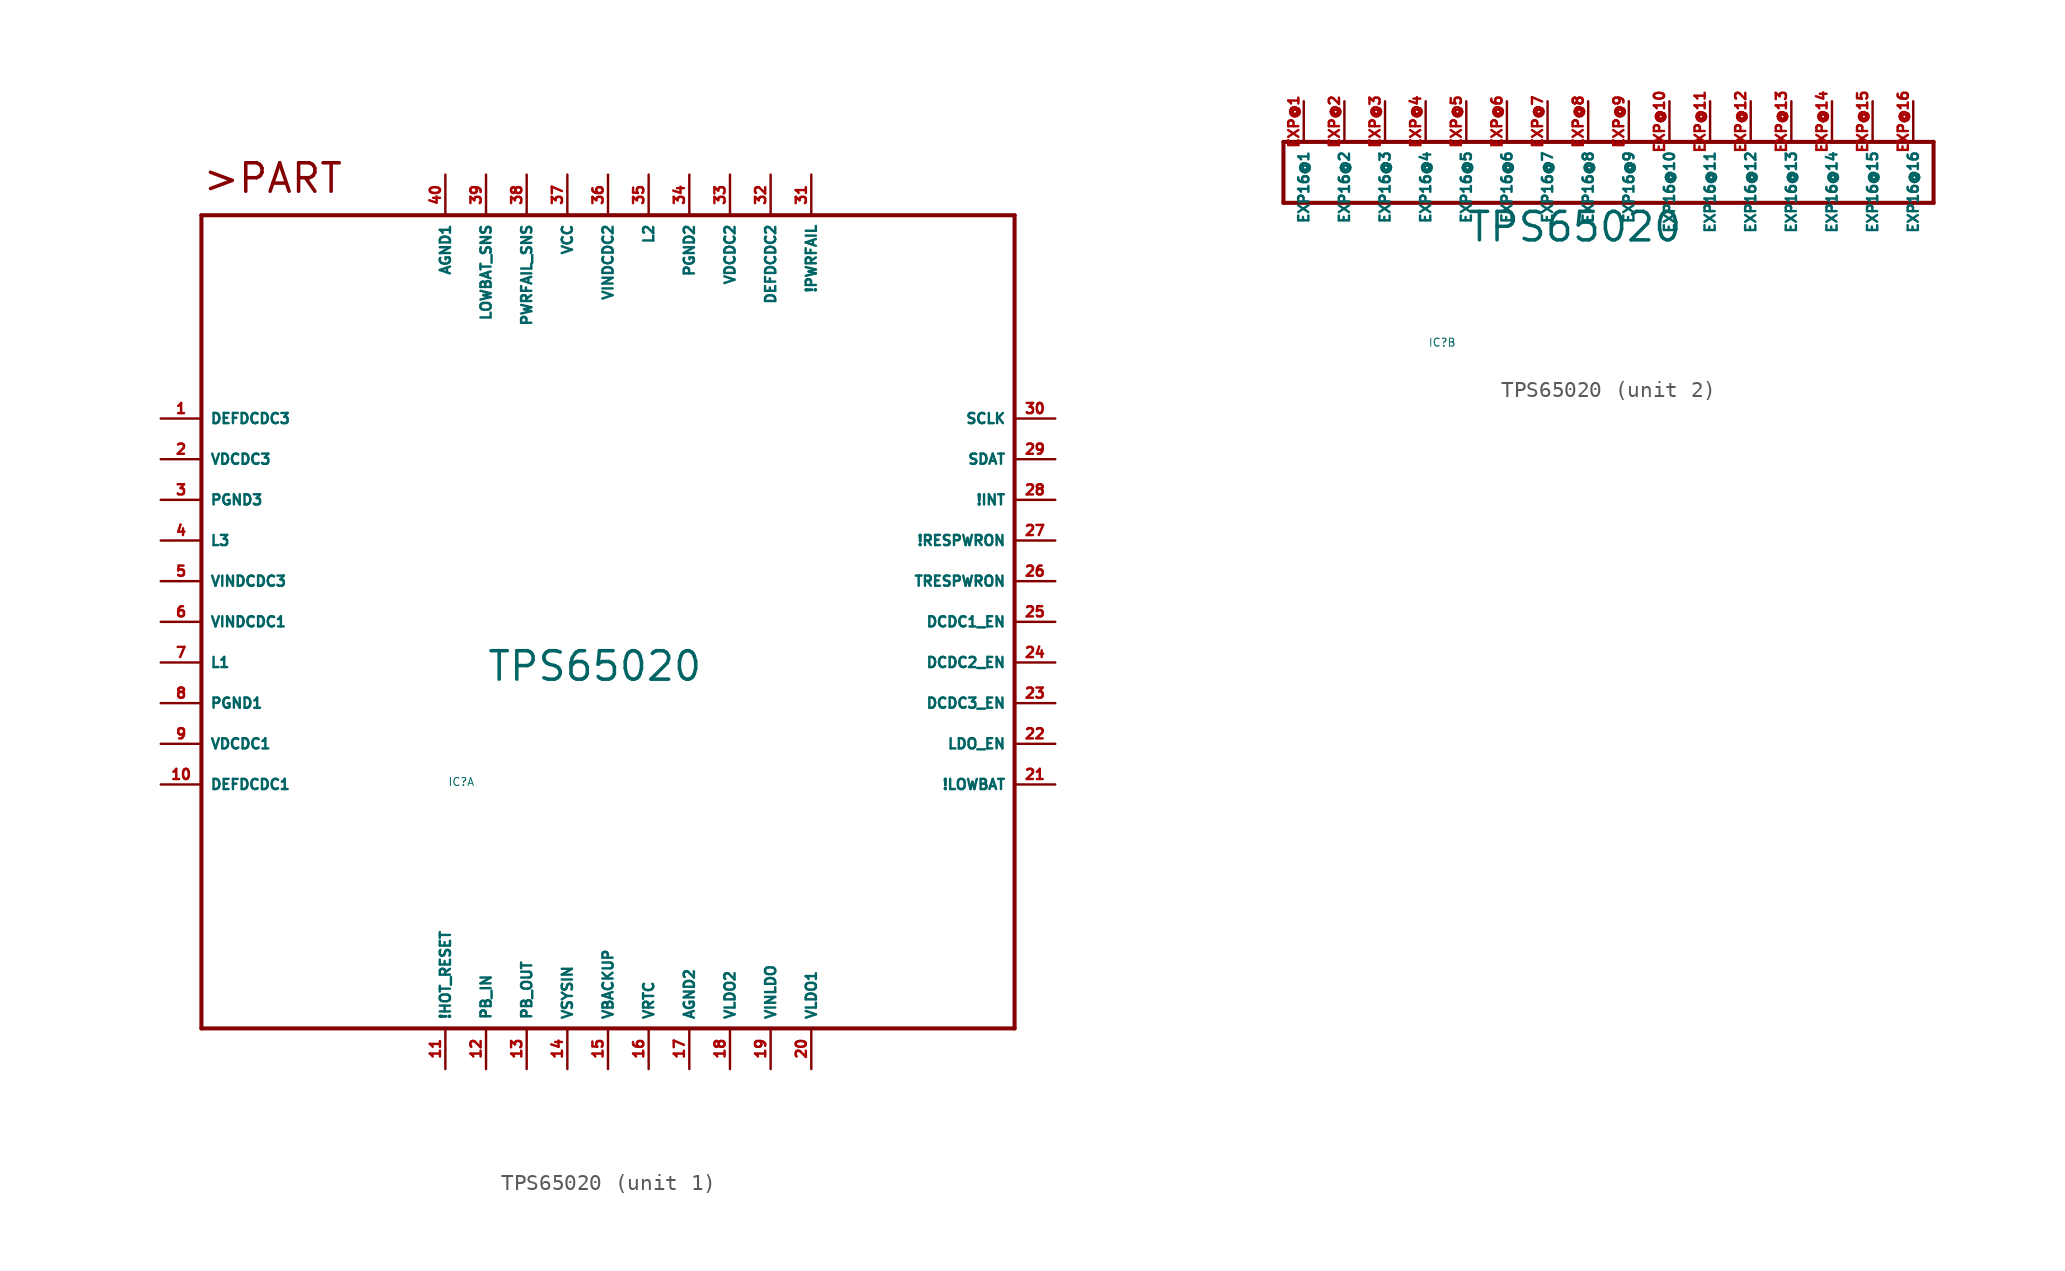
<source format=kicad_sym>
(kicad_symbol_lib
  (version 20220914)
  (generator Eagle2Kicad)
  (symbol "TPS65020"
    (property "Reference" "IC"
      (at -10 -10 0)
      (effects (font (size 0.5 0.5) (thickness 0.06)) (justify left)))
    (property "Value" "TPS65020"
      (at -7.62 -3.81 0)
      (effects (font (size 1.778 1.778) (thickness 0.22)) (justify left bottom)))
    (symbol "TPS65020_1_0"
      (polyline (pts (xy -25.4 25.4) (xy 25.4 25.4)) (stroke (width 0.254) (type default)) (fill (type none)))
      (polyline (pts (xy 25.4 25.4) (xy 25.4 -25.4)) (stroke (width 0.254) (type default)) (fill (type none)))
      (polyline (pts (xy 25.4 -25.4) (xy -25.4 -25.4)) (stroke (width 0.254) (type default)) (fill (type none)))
      (polyline (pts (xy -25.4 -25.4) (xy -25.4 25.4)) (stroke (width 0.254) (type default)) (fill (type none)))
      (text ">PART" (at -25.4 26.67 0) (effects (font (size 1.778 1.778) (thickness 0.22)) (justify left bottom)))
      (pin input line (at -27.94 12.7 0) (length 2.54) (name "DEFDCDC3" (effects (font (size 0.635 0.635) (thickness 0.08)) (justify left bottom))) (number "1" (effects (font (size 0.635 0.635) (thickness 0.08)) (justify left bottom))))
      (pin input line (at -27.94 10.16 0) (length 2.54) (name "VDCDC3" (effects (font (size 0.635 0.635) (thickness 0.08)) (justify left bottom))) (number "2" (effects (font (size 0.635 0.635) (thickness 0.08)) (justify left bottom))))
      (pin input line (at -27.94 7.62 0) (length 2.54) (name "PGND3" (effects (font (size 0.635 0.635) (thickness 0.08)) (justify left bottom))) (number "3" (effects (font (size 0.635 0.635) (thickness 0.08)) (justify left bottom))))
      (pin passive line (at -27.94 5.08 0) (length 2.54) (name "L3" (effects (font (size 0.635 0.635) (thickness 0.08)) (justify left bottom))) (number "4" (effects (font (size 0.635 0.635) (thickness 0.08)) (justify left bottom))))
      (pin input line (at -27.94 2.54 0) (length 2.54) (name "VINDCDC3" (effects (font (size 0.635 0.635) (thickness 0.08)) (justify left bottom))) (number "5" (effects (font (size 0.635 0.635) (thickness 0.08)) (justify left bottom))))
      (pin input line (at -27.94 0 0) (length 2.54) (name "VINDCDC1" (effects (font (size 0.635 0.635) (thickness 0.08)) (justify left bottom))) (number "6" (effects (font (size 0.635 0.635) (thickness 0.08)) (justify left bottom))))
      (pin passive line (at -27.94 -2.54 0) (length 2.54) (name "L1" (effects (font (size 0.635 0.635) (thickness 0.08)) (justify left bottom))) (number "7" (effects (font (size 0.635 0.635) (thickness 0.08)) (justify left bottom))))
      (pin input line (at -27.94 -5.08 0) (length 2.54) (name "PGND1" (effects (font (size 0.635 0.635) (thickness 0.08)) (justify left bottom))) (number "8" (effects (font (size 0.635 0.635) (thickness 0.08)) (justify left bottom))))
      (pin input line (at -27.94 -7.62 0) (length 2.54) (name "VDCDC1" (effects (font (size 0.635 0.635) (thickness 0.08)) (justify left bottom))) (number "9" (effects (font (size 0.635 0.635) (thickness 0.08)) (justify left bottom))))
      (pin input line (at -27.94 -10.16 0) (length 2.54) (name "DEFDCDC1" (effects (font (size 0.635 0.635) (thickness 0.08)) (justify left bottom))) (number "10" (effects (font (size 0.635 0.635) (thickness 0.08)) (justify left bottom))))
      (pin input line (at -10.16 -27.94 90) (length 2.54) (name "!HOT_RESET" (effects (font (size 0.635 0.635) (thickness 0.08)) (justify left bottom))) (number "11" (effects (font (size 0.635 0.635) (thickness 0.08)) (justify left bottom))))
      (pin input line (at -7.62 -27.94 90) (length 2.54) (name "PB_IN" (effects (font (size 0.635 0.635) (thickness 0.08)) (justify left bottom))) (number "12" (effects (font (size 0.635 0.635) (thickness 0.08)) (justify left bottom))))
      (pin input line (at -5.08 -27.94 90) (length 2.54) (name "PB_OUT" (effects (font (size 0.635 0.635) (thickness 0.08)) (justify left bottom))) (number "13" (effects (font (size 0.635 0.635) (thickness 0.08)) (justify left bottom))))
      (pin input line (at -2.54 -27.94 90) (length 2.54) (name "VSYSIN" (effects (font (size 0.635 0.635) (thickness 0.08)) (justify left bottom))) (number "14" (effects (font (size 0.635 0.635) (thickness 0.08)) (justify left bottom))))
      (pin input line (at 0 -27.94 90) (length 2.54) (name "VBACKUP" (effects (font (size 0.635 0.635) (thickness 0.08)) (justify left bottom))) (number "15" (effects (font (size 0.635 0.635) (thickness 0.08)) (justify left bottom))))
      (pin output line (at 2.54 -27.94 90) (length 2.54) (name "VRTC" (effects (font (size 0.635 0.635) (thickness 0.08)) (justify left bottom))) (number "16" (effects (font (size 0.635 0.635) (thickness 0.08)) (justify left bottom))))
      (pin input line (at 5.08 -27.94 90) (length 2.54) (name "AGND2" (effects (font (size 0.635 0.635) (thickness 0.08)) (justify left bottom))) (number "17" (effects (font (size 0.635 0.635) (thickness 0.08)) (justify left bottom))))
      (pin output line (at 7.62 -27.94 90) (length 2.54) (name "VLDO2" (effects (font (size 0.635 0.635) (thickness 0.08)) (justify left bottom))) (number "18" (effects (font (size 0.635 0.635) (thickness 0.08)) (justify left bottom))))
      (pin input line (at 10.16 -27.94 90) (length 2.54) (name "VINLDO" (effects (font (size 0.635 0.635) (thickness 0.08)) (justify left bottom))) (number "19" (effects (font (size 0.635 0.635) (thickness 0.08)) (justify left bottom))))
      (pin output line (at 12.7 -27.94 90) (length 2.54) (name "VLDO1" (effects (font (size 0.635 0.635) (thickness 0.08)) (justify left bottom))) (number "20" (effects (font (size 0.635 0.635) (thickness 0.08)) (justify left bottom))))
      (pin open_collector line (at 27.94 -10.16 180) (length 2.54) (name "!LOWBAT" (effects (font (size 0.635 0.635) (thickness 0.08)) (justify left bottom))) (number "21" (effects (font (size 0.635 0.635) (thickness 0.08)) (justify left bottom))))
      (pin input line (at 27.94 -7.62 180) (length 2.54) (name "LDO_EN" (effects (font (size 0.635 0.635) (thickness 0.08)) (justify left bottom))) (number "22" (effects (font (size 0.635 0.635) (thickness 0.08)) (justify left bottom))))
      (pin input line (at 27.94 -5.08 180) (length 2.54) (name "DCDC3_EN" (effects (font (size 0.635 0.635) (thickness 0.08)) (justify left bottom))) (number "23" (effects (font (size 0.635 0.635) (thickness 0.08)) (justify left bottom))))
      (pin input line (at 27.94 -2.54 180) (length 2.54) (name "DCDC2_EN" (effects (font (size 0.635 0.635) (thickness 0.08)) (justify left bottom))) (number "24" (effects (font (size 0.635 0.635) (thickness 0.08)) (justify left bottom))))
      (pin input line (at 27.94 0 180) (length 2.54) (name "DCDC1_EN" (effects (font (size 0.635 0.635) (thickness 0.08)) (justify left bottom))) (number "25" (effects (font (size 0.635 0.635) (thickness 0.08)) (justify left bottom))))
      (pin input line (at 27.94 2.54 180) (length 2.54) (name "TRESPWRON" (effects (font (size 0.635 0.635) (thickness 0.08)) (justify left bottom))) (number "26" (effects (font (size 0.635 0.635) (thickness 0.08)) (justify left bottom))))
      (pin open_collector line (at 27.94 5.08 180) (length 2.54) (name "!RESPWRON" (effects (font (size 0.635 0.635) (thickness 0.08)) (justify left bottom))) (number "27" (effects (font (size 0.635 0.635) (thickness 0.08)) (justify left bottom))))
      (pin open_collector line (at 27.94 7.62 180) (length 2.54) (name "!INT" (effects (font (size 0.635 0.635) (thickness 0.08)) (justify left bottom))) (number "28" (effects (font (size 0.635 0.635) (thickness 0.08)) (justify left bottom))))
      (pin bidirectional line (at 27.94 10.16 180) (length 2.54) (name "SDAT" (effects (font (size 0.635 0.635) (thickness 0.08)) (justify left bottom))) (number "29" (effects (font (size 0.635 0.635) (thickness 0.08)) (justify left bottom))))
      (pin input line (at 27.94 12.7 180) (length 2.54) (name "SCLK" (effects (font (size 0.635 0.635) (thickness 0.08)) (justify left bottom))) (number "30" (effects (font (size 0.635 0.635) (thickness 0.08)) (justify left bottom))))
      (pin open_collector line (at 12.7 27.94 270) (length 2.54) (name "!PWRFAIL" (effects (font (size 0.635 0.635) (thickness 0.08)) (justify left bottom))) (number "31" (effects (font (size 0.635 0.635) (thickness 0.08)) (justify left bottom))))
      (pin input line (at 10.16 27.94 270) (length 2.54) (name "DEFDCDC2" (effects (font (size 0.635 0.635) (thickness 0.08)) (justify left bottom))) (number "32" (effects (font (size 0.635 0.635) (thickness 0.08)) (justify left bottom))))
      (pin input line (at 7.62 27.94 270) (length 2.54) (name "VDCDC2" (effects (font (size 0.635 0.635) (thickness 0.08)) (justify left bottom))) (number "33" (effects (font (size 0.635 0.635) (thickness 0.08)) (justify left bottom))))
      (pin input line (at 5.08 27.94 270) (length 2.54) (name "PGND2" (effects (font (size 0.635 0.635) (thickness 0.08)) (justify left bottom))) (number "34" (effects (font (size 0.635 0.635) (thickness 0.08)) (justify left bottom))))
      (pin passive line (at 2.54 27.94 270) (length 2.54) (name "L2" (effects (font (size 0.635 0.635) (thickness 0.08)) (justify left bottom))) (number "35" (effects (font (size 0.635 0.635) (thickness 0.08)) (justify left bottom))))
      (pin input line (at 0 27.94 270) (length 2.54) (name "VINDCDC2" (effects (font (size 0.635 0.635) (thickness 0.08)) (justify left bottom))) (number "36" (effects (font (size 0.635 0.635) (thickness 0.08)) (justify left bottom))))
      (pin input line (at -2.54 27.94 270) (length 2.54) (name "VCC" (effects (font (size 0.635 0.635) (thickness 0.08)) (justify left bottom))) (number "37" (effects (font (size 0.635 0.635) (thickness 0.08)) (justify left bottom))))
      (pin input line (at -5.08 27.94 270) (length 2.54) (name "PWRFAIL_SNS" (effects (font (size 0.635 0.635) (thickness 0.08)) (justify left bottom))) (number "38" (effects (font (size 0.635 0.635) (thickness 0.08)) (justify left bottom))))
      (pin input line (at -7.62 27.94 270) (length 2.54) (name "LOWBAT_SNS" (effects (font (size 0.635 0.635) (thickness 0.08)) (justify left bottom))) (number "39" (effects (font (size 0.635 0.635) (thickness 0.08)) (justify left bottom))))
      (pin input line (at -10.16 27.94 270) (length 2.54) (name "AGND1" (effects (font (size 0.635 0.635) (thickness 0.08)) (justify left bottom))) (number "40" (effects (font (size 0.635 0.635) (thickness 0.08)) (justify left bottom)))))
    (symbol "TPS65020_2_0"
      (polyline (pts (xy -19.05 2.54) (xy 21.59 2.54)) (stroke (width 0.254) (type default)) (fill (type none)))
      (polyline (pts (xy 21.59 2.54) (xy 21.59 -1.27)) (stroke (width 0.254) (type default)) (fill (type none)))
      (polyline (pts (xy 21.59 -1.27) (xy -19.05 -1.27)) (stroke (width 0.254) (type default)) (fill (type none)))
      (polyline (pts (xy -19.05 -1.27) (xy -19.05 2.54)) (stroke (width 0.254) (type default)) (fill (type none)))
      (pin input line (at -17.78 5.08 270) (length 2.54) (name "EXP16@1" (effects (font (size 0.635 0.635) (thickness 0.08)) (justify left bottom))) (number "EXP@1" (effects (font (size 0.635 0.635) (thickness 0.08)) (justify left bottom))))
      (pin input line (at -15.24 5.08 270) (length 2.54) (name "EXP16@2" (effects (font (size 0.635 0.635) (thickness 0.08)) (justify left bottom))) (number "EXP@2" (effects (font (size 0.635 0.635) (thickness 0.08)) (justify left bottom))))
      (pin input line (at -12.7 5.08 270) (length 2.54) (name "EXP16@3" (effects (font (size 0.635 0.635) (thickness 0.08)) (justify left bottom))) (number "EXP@3" (effects (font (size 0.635 0.635) (thickness 0.08)) (justify left bottom))))
      (pin input line (at -10.16 5.08 270) (length 2.54) (name "EXP16@4" (effects (font (size 0.635 0.635) (thickness 0.08)) (justify left bottom))) (number "EXP@4" (effects (font (size 0.635 0.635) (thickness 0.08)) (justify left bottom))))
      (pin input line (at -7.62 5.08 270) (length 2.54) (name "EXP16@5" (effects (font (size 0.635 0.635) (thickness 0.08)) (justify left bottom))) (number "EXP@5" (effects (font (size 0.635 0.635) (thickness 0.08)) (justify left bottom))))
      (pin input line (at -5.08 5.08 270) (length 2.54) (name "EXP16@6" (effects (font (size 0.635 0.635) (thickness 0.08)) (justify left bottom))) (number "EXP@6" (effects (font (size 0.635 0.635) (thickness 0.08)) (justify left bottom))))
      (pin input line (at -2.54 5.08 270) (length 2.54) (name "EXP16@7" (effects (font (size 0.635 0.635) (thickness 0.08)) (justify left bottom))) (number "EXP@7" (effects (font (size 0.635 0.635) (thickness 0.08)) (justify left bottom))))
      (pin input line (at 0 5.08 270) (length 2.54) (name "EXP16@8" (effects (font (size 0.635 0.635) (thickness 0.08)) (justify left bottom))) (number "EXP@8" (effects (font (size 0.635 0.635) (thickness 0.08)) (justify left bottom))))
      (pin input line (at 2.54 5.08 270) (length 2.54) (name "EXP16@9" (effects (font (size 0.635 0.635) (thickness 0.08)) (justify left bottom))) (number "EXP@9" (effects (font (size 0.635 0.635) (thickness 0.08)) (justify left bottom))))
      (pin input line (at 5.08 5.08 270) (length 2.54) (name "EXP16@10" (effects (font (size 0.635 0.635) (thickness 0.08)) (justify left bottom))) (number "EXP@10" (effects (font (size 0.635 0.635) (thickness 0.08)) (justify left bottom))))
      (pin input line (at 7.62 5.08 270) (length 2.54) (name "EXP16@11" (effects (font (size 0.635 0.635) (thickness 0.08)) (justify left bottom))) (number "EXP@11" (effects (font (size 0.635 0.635) (thickness 0.08)) (justify left bottom))))
      (pin input line (at 10.16 5.08 270) (length 2.54) (name "EXP16@12" (effects (font (size 0.635 0.635) (thickness 0.08)) (justify left bottom))) (number "EXP@12" (effects (font (size 0.635 0.635) (thickness 0.08)) (justify left bottom))))
      (pin input line (at 12.7 5.08 270) (length 2.54) (name "EXP16@13" (effects (font (size 0.635 0.635) (thickness 0.08)) (justify left bottom))) (number "EXP@13" (effects (font (size 0.635 0.635) (thickness 0.08)) (justify left bottom))))
      (pin input line (at 15.24 5.08 270) (length 2.54) (name "EXP16@14" (effects (font (size 0.635 0.635) (thickness 0.08)) (justify left bottom))) (number "EXP@14" (effects (font (size 0.635 0.635) (thickness 0.08)) (justify left bottom))))
      (pin input line (at 17.78 5.08 270) (length 2.54) (name "EXP16@15" (effects (font (size 0.635 0.635) (thickness 0.08)) (justify left bottom))) (number "EXP@15" (effects (font (size 0.635 0.635) (thickness 0.08)) (justify left bottom))))
      (pin input line (at 20.32 5.08 270) (length 2.54) (name "EXP16@16" (effects (font (size 0.635 0.635) (thickness 0.08)) (justify left bottom))) (number "EXP@16" (effects (font (size 0.635 0.635) (thickness 0.08)) (justify left bottom)))))))
</source>
